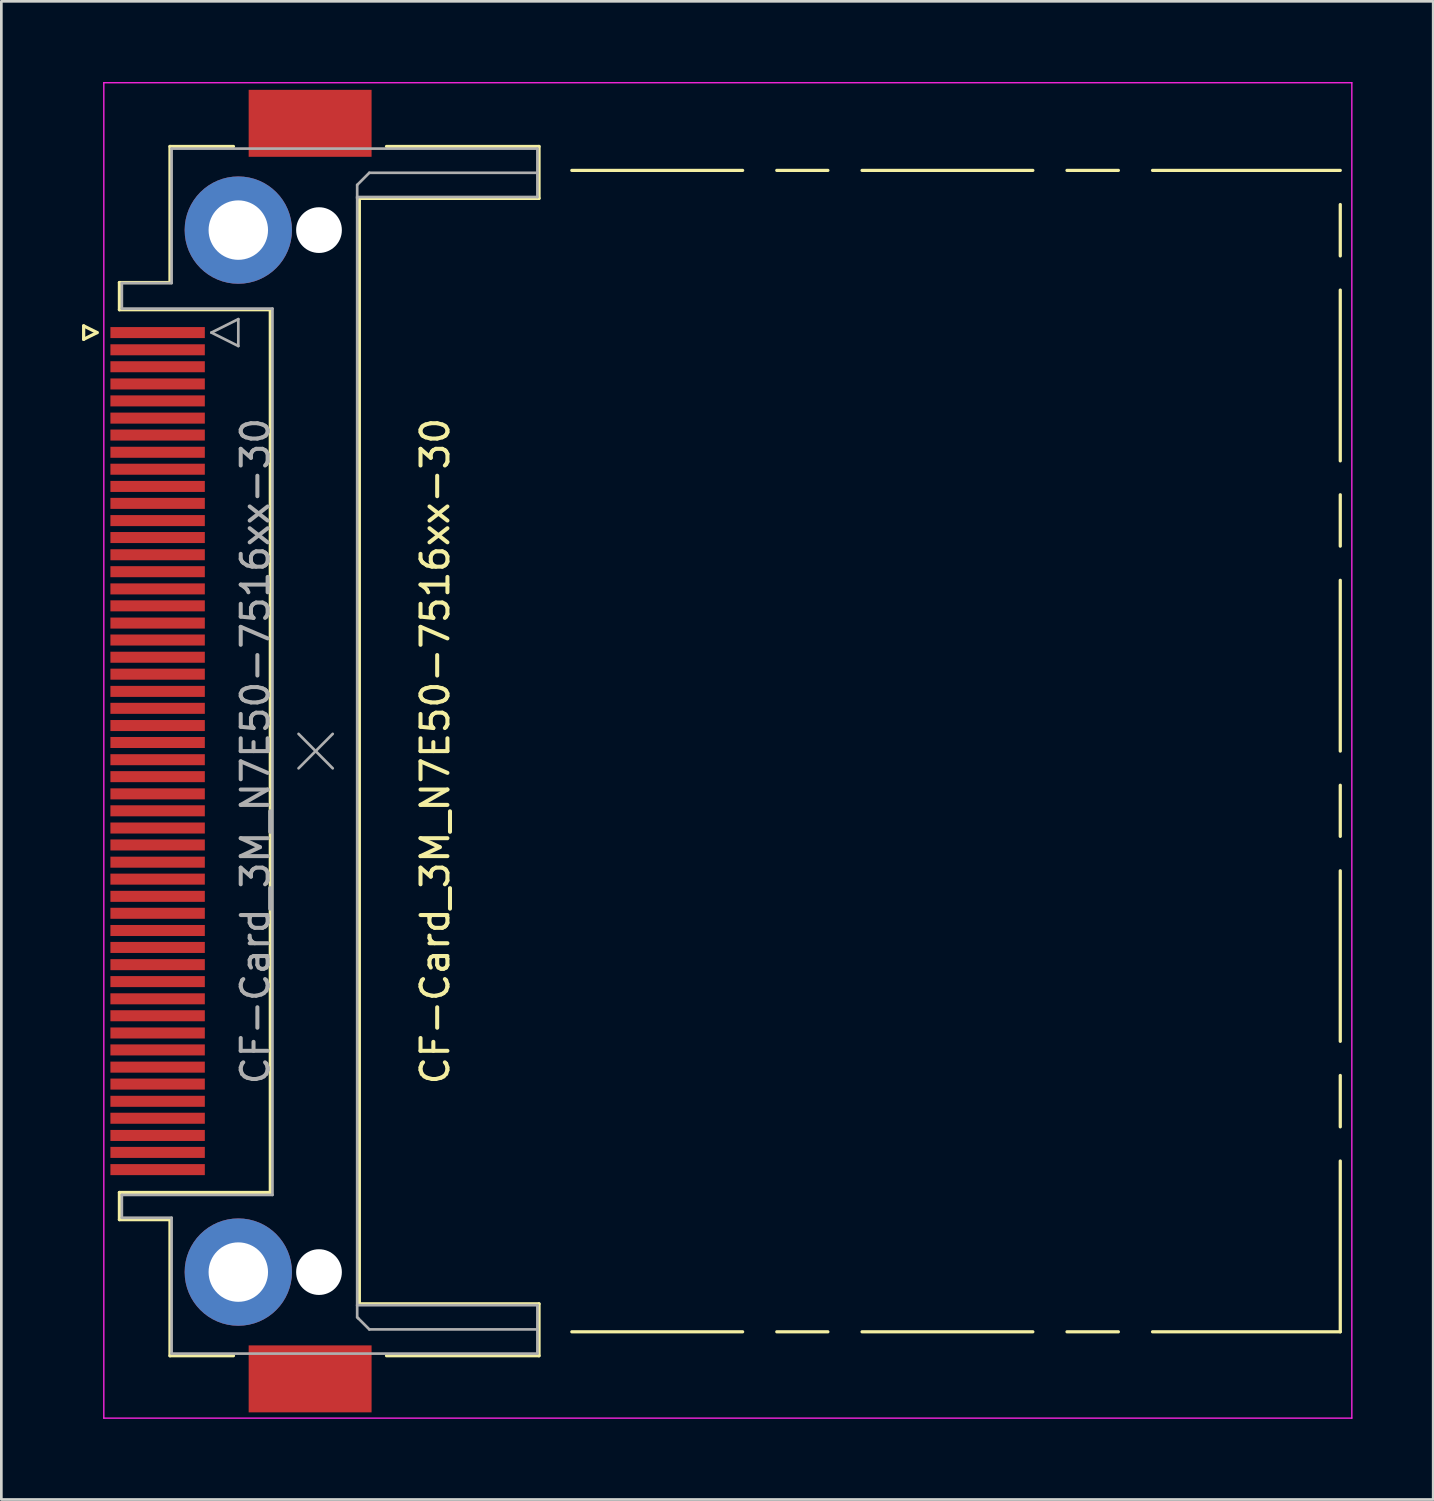
<source format=kicad_pcb>
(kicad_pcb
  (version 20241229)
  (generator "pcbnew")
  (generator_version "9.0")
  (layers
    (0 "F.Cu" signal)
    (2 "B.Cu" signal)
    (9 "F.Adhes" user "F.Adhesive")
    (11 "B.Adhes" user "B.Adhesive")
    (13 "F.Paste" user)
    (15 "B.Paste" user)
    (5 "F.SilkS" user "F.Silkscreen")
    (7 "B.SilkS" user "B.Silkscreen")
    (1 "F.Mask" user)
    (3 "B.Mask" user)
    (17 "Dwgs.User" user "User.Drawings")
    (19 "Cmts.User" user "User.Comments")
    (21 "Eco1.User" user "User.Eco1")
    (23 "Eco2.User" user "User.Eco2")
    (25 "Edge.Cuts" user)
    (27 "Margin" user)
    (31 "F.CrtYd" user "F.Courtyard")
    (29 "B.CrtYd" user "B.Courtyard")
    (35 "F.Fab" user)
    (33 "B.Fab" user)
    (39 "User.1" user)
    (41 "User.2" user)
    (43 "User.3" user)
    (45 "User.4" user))
  (footprint "CF-Card_3M_N7E50-7516xx-30"
    (layer "F.Cu")
    (at 5.91 24.875)
    (property "Reference" "CF-Card_3M_N7E50-7516xx-30" (at 7.22 0 90) (layer "F.SilkS") (effects (font (size 1 1) (thickness 0.15))))
    (attr smd)
    (fp_line (start -5.85 -15.81) (end -5.85 -15.31) (stroke (width 0.12) (type solid)) (layer "F.SilkS"))
    (fp_line (start -5.85 -15.31) (end -5.35 -15.56) (stroke (width 0.12) (type solid)) (layer "F.SilkS"))
    (fp_line (start -5.35 -15.56) (end -5.85 -15.81) (stroke (width 0.12) (type solid)) (layer "F.SilkS"))
    (fp_line (start -4.52 -17.42) (end -2.64 -17.42) (stroke (width 0.12) (type solid)) (layer "F.SilkS"))
    (fp_line (start -4.52 -16.41) (end -4.52 -17.42) (stroke (width 0.12) (type solid)) (layer "F.SilkS"))
    (fp_line (start -4.52 16.41) (end 1.09 16.41) (stroke (width 0.12) (type solid)) (layer "F.SilkS"))
    (fp_line (start -4.52 17.42) (end -4.52 16.41) (stroke (width 0.12) (type solid)) (layer "F.SilkS"))
    (fp_line (start -2.64 -22.48) (end -0.28 -22.48) (stroke (width 0.12) (type solid)) (layer "F.SilkS"))
    (fp_line (start -2.64 -17.42) (end -2.64 -22.48) (stroke (width 0.12) (type solid)) (layer "F.SilkS"))
    (fp_line (start -2.64 17.42) (end -4.52 17.42) (stroke (width 0.12) (type solid)) (layer "F.SilkS"))
    (fp_line (start -2.64 22.48) (end -2.64 17.42) (stroke (width 0.12) (type solid)) (layer "F.SilkS"))
    (fp_line (start -0.28 22.48) (end -2.64 22.48) (stroke (width 0.12) (type solid)) (layer "F.SilkS"))
    (fp_line (start 1.09 -16.41) (end -4.52 -16.41) (stroke (width 0.12) (type solid)) (layer "F.SilkS"))
    (fp_line (start 1.09 16.41) (end 1.09 -16.41) (stroke (width 0.12) (type solid)) (layer "F.SilkS"))
    (fp_line (start 4.4 -20.55) (end 11.08 -20.55) (stroke (width 0.12) (type solid)) (layer "F.SilkS"))
    (fp_line (start 4.4 20.55) (end 4.4 -20.55) (stroke (width 0.12) (type solid)) (layer "F.SilkS"))
    (fp_line (start 5.41 22.48) (end 11.08 22.48) (stroke (width 0.12) (type solid)) (layer "F.SilkS"))
    (fp_line (start 11.08 -22.48) (end 5.41 -22.48) (stroke (width 0.12) (type solid)) (layer "F.SilkS"))
    (fp_line (start 11.08 -20.55) (end 11.08 -22.48) (stroke (width 0.12) (type solid)) (layer "F.SilkS"))
    (fp_line (start 11.08 20.55) (end 4.4 20.55) (stroke (width 0.12) (type solid)) (layer "F.SilkS"))
    (fp_line (start 11.08 22.48) (end 11.08 20.55) (stroke (width 0.12) (type solid)) (layer "F.SilkS"))
    (fp_line (start 12.3 -21.59) (end 18.65 -21.59) (stroke (width 0.12) (type solid)) (layer "F.SilkS"))
    (fp_line (start 12.3 21.59) (end 18.65 21.59) (stroke (width 0.12) (type solid)) (layer "F.SilkS"))
    (fp_line (start 19.92 -21.59) (end 21.82 -21.59) (stroke (width 0.12) (type solid)) (layer "F.SilkS"))
    (fp_line (start 19.92 21.59) (end 21.82 21.59) (stroke (width 0.12) (type solid)) (layer "F.SilkS"))
    (fp_line (start 23.09 -21.59) (end 29.44 -21.59) (stroke (width 0.12) (type solid)) (layer "F.SilkS"))
    (fp_line (start 23.09 21.59) (end 29.44 21.59) (stroke (width 0.12) (type solid)) (layer "F.SilkS"))
    (fp_line (start 30.71 -21.59) (end 32.62 -21.59) (stroke (width 0.12) (type solid)) (layer "F.SilkS"))
    (fp_line (start 30.71 21.59) (end 32.62 21.59) (stroke (width 0.12) (type solid)) (layer "F.SilkS"))
    (fp_line (start 33.89 -21.59) (end 40.87 -21.59) (stroke (width 0.12) (type solid)) (layer "F.SilkS"))
    (fp_line (start 33.89 21.59) (end 40.87 21.59) (stroke (width 0.12) (type solid)) (layer "F.SilkS"))
    (fp_line (start 40.87 -18.41) (end 40.87 -20.32) (stroke (width 0.12) (type solid)) (layer "F.SilkS"))
    (fp_line (start 40.87 -10.79) (end 40.87 -17.14) (stroke (width 0.12) (type solid)) (layer "F.SilkS"))
    (fp_line (start 40.87 -7.62) (end 40.87 -9.53) (stroke (width 0.12) (type solid)) (layer "F.SilkS"))
    (fp_line (start 40.87 0) (end 40.87 -6.35) (stroke (width 0.12) (type solid)) (layer "F.SilkS"))
    (fp_line (start 40.87 3.17) (end 40.87 1.27) (stroke (width 0.12) (type solid)) (layer "F.SilkS"))
    (fp_line (start 40.87 10.79) (end 40.87 4.45) (stroke (width 0.12) (type solid)) (layer "F.SilkS"))
    (fp_line (start 40.87 13.97) (end 40.87 12.06) (stroke (width 0.12) (type solid)) (layer "F.SilkS"))
    (fp_line (start 40.87 21.59) (end 40.87 15.24) (stroke (width 0.12) (type solid)) (layer "F.SilkS"))
    (fp_line (start -5.1 -24.85) (end 41.3 -24.85) (stroke (width 0.05) (type solid)) (layer "F.CrtYd"))
    (fp_line (start -5.1 24.8) (end -5.1 -24.85) (stroke (width 0.05) (type solid)) (layer "F.CrtYd"))
    (fp_line (start -5.1 24.8) (end 41.3 24.8) (stroke (width 0.05) (type solid)) (layer "F.CrtYd"))
    (fp_line (start 41.3 24.8) (end 41.3 -24.85) (stroke (width 0.05) (type solid)) (layer "F.CrtYd"))
    (fp_line (start -4.43 -17.4) (end -4.43 -16.45) (stroke (width 0.1) (type solid)) (layer "F.Fab"))
    (fp_line (start -4.43 -16.45) (end 1.17 -16.45) (stroke (width 0.1) (type solid)) (layer "F.Fab"))
    (fp_line (start -4.43 16.5) (end -4.43 17.35) (stroke (width 0.1) (type solid)) (layer "F.Fab"))
    (fp_line (start -4.43 17.35) (end -2.58 17.35) (stroke (width 0.1) (type solid)) (layer "F.Fab"))
    (fp_line (start -2.58 -22.4) (end -2.58 -17.4) (stroke (width 0.1) (type solid)) (layer "F.Fab"))
    (fp_line (start -2.58 -17.4) (end -4.43 -17.4) (stroke (width 0.1) (type solid)) (layer "F.Fab"))
    (fp_line (start -2.58 17.35) (end -2.58 22.4) (stroke (width 0.1) (type solid)) (layer "F.Fab"))
    (fp_line (start -2.58 22.4) (end 11.02 22.4) (stroke (width 0.1) (type solid)) (layer "F.Fab"))
    (fp_line (start -1.1 -15.56) (end -0.1 -15.06) (stroke (width 0.1) (type solid)) (layer "F.Fab"))
    (fp_line (start -0.1 -16.06) (end -1.1 -15.56) (stroke (width 0.1) (type solid)) (layer "F.Fab"))
    (fp_line (start -0.1 -15.06) (end -0.1 -16.06) (stroke (width 0.1) (type solid)) (layer "F.Fab"))
    (fp_line (start 1.17 -16.45) (end 1.17 16.5) (stroke (width 0.1) (type solid)) (layer "F.Fab"))
    (fp_line (start 1.17 16.5) (end -4.43 16.5) (stroke (width 0.1) (type solid)) (layer "F.Fab"))
    (fp_line (start 2.14 -0.64) (end 3.41 0.64) (stroke (width 0.1) (type solid)) (layer "F.Fab"))
    (fp_line (start 2.14 0.64) (end 3.41 -0.64) (stroke (width 0.1) (type solid)) (layer "F.Fab"))
    (fp_line (start 4.32 -21.05) (end 4.32 -20.55) (stroke (width 0.1) (type solid)) (layer "F.Fab"))
    (fp_line (start 4.32 -20.6) (end 11.02 -20.6) (stroke (width 0.1) (type solid)) (layer "F.Fab"))
    (fp_line (start 4.32 20.6) (end 4.32 -20.6) (stroke (width 0.1) (type solid)) (layer "F.Fab"))
    (fp_line (start 4.32 21.05) (end 4.32 20.6) (stroke (width 0.1) (type solid)) (layer "F.Fab"))
    (fp_line (start 4.37 21.1) (end 4.32 21.05) (stroke (width 0.1) (type solid)) (layer "F.Fab"))
    (fp_line (start 4.77 -21.5) (end 4.32 -21.05) (stroke (width 0.1) (type solid)) (layer "F.Fab"))
    (fp_line (start 4.77 21.5) (end 4.37 21.1) (stroke (width 0.1) (type solid)) (layer "F.Fab"))
    (fp_line (start 11.02 -22.4) (end -2.58 -22.4) (stroke (width 0.1) (type solid)) (layer "F.Fab"))
    (fp_line (start 11.02 -21.5) (end 4.77 -21.5) (stroke (width 0.1) (type solid)) (layer "F.Fab"))
    (fp_line (start 11.02 -20.6) (end 11.02 -22.4) (stroke (width 0.1) (type solid)) (layer "F.Fab"))
    (fp_line (start 11.02 20.6) (end 4.32 20.6) (stroke (width 0.1) (type solid)) (layer "F.Fab"))
    (fp_line (start 11.02 21.5) (end 4.77 21.5) (stroke (width 0.1) (type solid)) (layer "F.Fab"))
    (fp_line (start 11.02 22.4) (end 11.02 20.6) (stroke (width 0.1) (type solid)) (layer "F.Fab"))
    (fp_text user "${REFERENCE}" (at 0.535 0 90) (layer "F.Fab") (effects (font (size 1 1) (thickness 0.15))))
    (pad "" thru_hole circle (at -0.1 -19.37 90) (size 3.99 3.99) (drill 2.21) (layers "*.Cu" "*.Mask"))
    (pad "" thru_hole circle (at -0.1 19.37 90) (size 3.99 3.99) (drill 2.21) (layers "*.Cu" "*.Mask"))
    (pad "" smd rect (at 2.57 -23.34 90) (size 2.49 4.57) (layers "F.Cu" "F.Mask" "F.Paste"))
    (pad "" smd rect (at 2.57 23.34 90) (size 2.49 4.57) (layers "F.Cu" "F.Mask" "F.Paste"))
    (pad "" np_thru_hole circle (at 2.9 -19.37 90) (size 1.7 1.7) (drill 1.7) (layers "*.Cu" "*.Mask"))
    (pad "" np_thru_hole circle (at 2.9 19.37 90) (size 1.7 1.7) (drill 1.7) (layers "*.Cu" "*.Mask"))
    (pad "1" smd rect (at -3.1 -15.56 90) (size 0.41 3.51) (layers "F.Cu" "F.Mask" "F.Paste"))
    (pad "2" smd rect (at -3.1 -14.29 90) (size 0.41 3.51) (layers "F.Cu" "F.Mask" "F.Paste"))
    (pad "3" smd rect (at -3.1 -13.02 90) (size 0.41 3.51) (layers "F.Cu" "F.Mask" "F.Paste"))
    (pad "4" smd rect (at -3.1 -11.75 90) (size 0.41 3.51) (layers "F.Cu" "F.Mask" "F.Paste"))
    (pad "5" smd rect (at -3.1 -10.48 90) (size 0.41 3.51) (layers "F.Cu" "F.Mask" "F.Paste"))
    (pad "6" smd rect (at -3.1 -9.21 90) (size 0.41 3.51) (layers "F.Cu" "F.Mask" "F.Paste"))
    (pad "7" smd rect (at -3.1 -7.94 90) (size 0.41 3.51) (layers "F.Cu" "F.Mask" "F.Paste"))
    (pad "8" smd rect (at -3.1 -6.67 90) (size 0.41 3.51) (layers "F.Cu" "F.Mask" "F.Paste"))
    (pad "9" smd rect (at -3.1 -5.4 90) (size 0.41 3.51) (layers "F.Cu" "F.Mask" "F.Paste"))
    (pad "10" smd rect (at -3.1 -4.13 90) (size 0.41 3.51) (layers "F.Cu" "F.Mask" "F.Paste"))
    (pad "11" smd rect (at -3.1 -2.86 90) (size 0.41 3.51) (layers "F.Cu" "F.Mask" "F.Paste"))
    (pad "12" smd rect (at -3.1 -1.59 90) (size 0.41 3.51) (layers "F.Cu" "F.Mask" "F.Paste"))
    (pad "13" smd rect (at -3.1 -0.32 90) (size 0.41 3.51) (layers "F.Cu" "F.Mask" "F.Paste"))
    (pad "14" smd rect (at -3.1 0.95 90) (size 0.41 3.51) (layers "F.Cu" "F.Mask" "F.Paste"))
    (pad "15" smd rect (at -3.1 2.22 90) (size 0.41 3.51) (layers "F.Cu" "F.Mask" "F.Paste"))
    (pad "16" smd rect (at -3.1 3.49 90) (size 0.41 3.51) (layers "F.Cu" "F.Mask" "F.Paste"))
    (pad "17" smd rect (at -3.1 4.76 90) (size 0.41 3.51) (layers "F.Cu" "F.Mask" "F.Paste"))
    (pad "18" smd rect (at -3.1 6.03 90) (size 0.41 3.51) (layers "F.Cu" "F.Mask" "F.Paste"))
    (pad "19" smd rect (at -3.1 7.3 90) (size 0.41 3.51) (layers "F.Cu" "F.Mask" "F.Paste"))
    (pad "20" smd rect (at -3.1 8.57 90) (size 0.41 3.51) (layers "F.Cu" "F.Mask" "F.Paste"))
    (pad "21" smd rect (at -3.1 9.84 90) (size 0.41 3.51) (layers "F.Cu" "F.Mask" "F.Paste"))
    (pad "22" smd rect (at -3.1 11.11 90) (size 0.41 3.51) (layers "F.Cu" "F.Mask" "F.Paste"))
    (pad "23" smd rect (at -3.1 12.38 90) (size 0.41 3.51) (layers "F.Cu" "F.Mask" "F.Paste"))
    (pad "24" smd rect (at -3.1 13.65 90) (size 0.41 3.51) (layers "F.Cu" "F.Mask" "F.Paste"))
    (pad "25" smd rect (at -3.1 14.92 90) (size 0.41 3.51) (layers "F.Cu" "F.Mask" "F.Paste"))
    (pad "26" smd rect (at -3.1 -14.92 90) (size 0.41 3.51) (layers "F.Cu" "F.Mask" "F.Paste"))
    (pad "27" smd rect (at -3.1 -13.65 90) (size 0.41 3.51) (layers "F.Cu" "F.Mask" "F.Paste"))
    (pad "28" smd rect (at -3.1 -12.38 90) (size 0.41 3.51) (layers "F.Cu" "F.Mask" "F.Paste"))
    (pad "29" smd rect (at -3.1 -11.11 90) (size 0.41 3.51) (layers "F.Cu" "F.Mask" "F.Paste"))
    (pad "30" smd rect (at -3.1 -9.84 90) (size 0.41 3.51) (layers "F.Cu" "F.Mask" "F.Paste"))
    (pad "31" smd rect (at -3.1 -8.57 90) (size 0.41 3.51) (layers "F.Cu" "F.Mask" "F.Paste"))
    (pad "32" smd rect (at -3.1 -7.3 90) (size 0.41 3.51) (layers "F.Cu" "F.Mask" "F.Paste"))
    (pad "33" smd rect (at -3.1 -6.03 90) (size 0.41 3.51) (layers "F.Cu" "F.Mask" "F.Paste"))
    (pad "34" smd rect (at -3.1 -4.76 90) (size 0.41 3.51) (layers "F.Cu" "F.Mask" "F.Paste"))
    (pad "35" smd rect (at -3.1 -3.49 90) (size 0.41 3.51) (layers "F.Cu" "F.Mask" "F.Paste"))
    (pad "36" smd rect (at -3.1 -2.22 90) (size 0.41 3.51) (layers "F.Cu" "F.Mask" "F.Paste"))
    (pad "37" smd rect (at -3.1 -0.95 90) (size 0.41 3.51) (layers "F.Cu" "F.Mask" "F.Paste"))
    (pad "38" smd rect (at -3.1 0.32 90) (size 0.41 3.51) (layers "F.Cu" "F.Mask" "F.Paste"))
    (pad "39" smd rect (at -3.1 1.59 90) (size 0.41 3.51) (layers "F.Cu" "F.Mask" "F.Paste"))
    (pad "40" smd rect (at -3.1 2.86 90) (size 0.41 3.51) (layers "F.Cu" "F.Mask" "F.Paste"))
    (pad "41" smd rect (at -3.1 4.13 90) (size 0.41 3.51) (layers "F.Cu" "F.Mask" "F.Paste"))
    (pad "42" smd rect (at -3.1 5.4 90) (size 0.41 3.51) (layers "F.Cu" "F.Mask" "F.Paste"))
    (pad "43" smd rect (at -3.1 6.67 90) (size 0.41 3.51) (layers "F.Cu" "F.Mask" "F.Paste"))
    (pad "44" smd rect (at -3.1 7.94 90) (size 0.41 3.51) (layers "F.Cu" "F.Mask" "F.Paste"))
    (pad "45" smd rect (at -3.1 9.21 90) (size 0.41 3.51) (layers "F.Cu" "F.Mask" "F.Paste"))
    (pad "46" smd rect (at -3.1 10.48 90) (size 0.41 3.51) (layers "F.Cu" "F.Mask" "F.Paste"))
    (pad "47" smd rect (at -3.1 11.75 90) (size 0.41 3.51) (layers "F.Cu" "F.Mask" "F.Paste"))
    (pad "48" smd rect (at -3.1 13.02 90) (size 0.41 3.51) (layers "F.Cu" "F.Mask" "F.Paste"))
    (pad "49" smd rect (at -3.1 14.29 90) (size 0.41 3.51) (layers "F.Cu" "F.Mask" "F.Paste"))
    (pad "50" smd rect (at -3.1 15.56 90) (size 0.41 3.51) (layers "F.Cu" "F.Mask" "F.Paste")))
  (gr_rect
    (start -3 -3)
    (end 50.235 52.7)
    (stroke (width 0.1) (type default))
    (fill no)
    (layer "Edge.Cuts")))
</source>
